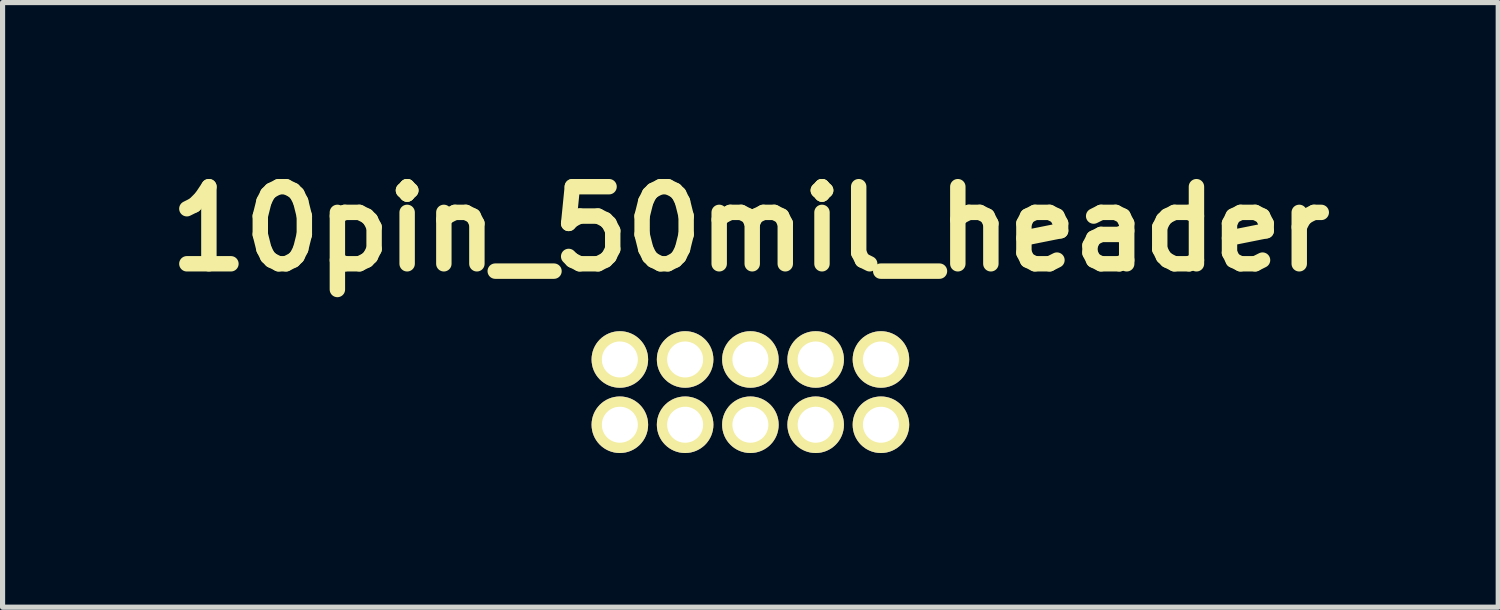
<source format=kicad_pcb>
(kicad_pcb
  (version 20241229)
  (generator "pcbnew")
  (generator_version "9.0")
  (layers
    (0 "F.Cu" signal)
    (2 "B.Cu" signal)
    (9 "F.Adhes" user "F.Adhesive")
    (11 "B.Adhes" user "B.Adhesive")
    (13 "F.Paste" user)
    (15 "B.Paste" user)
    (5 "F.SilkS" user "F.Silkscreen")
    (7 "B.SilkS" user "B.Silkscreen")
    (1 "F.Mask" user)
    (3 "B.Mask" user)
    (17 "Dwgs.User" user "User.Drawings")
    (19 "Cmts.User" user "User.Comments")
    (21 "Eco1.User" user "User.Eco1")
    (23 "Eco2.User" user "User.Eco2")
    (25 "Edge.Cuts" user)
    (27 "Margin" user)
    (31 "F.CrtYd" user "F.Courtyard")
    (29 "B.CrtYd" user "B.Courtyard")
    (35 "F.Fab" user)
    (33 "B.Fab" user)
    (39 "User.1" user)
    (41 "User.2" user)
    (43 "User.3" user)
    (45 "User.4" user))
  (footprint "10pin_50mil_header"
    (layer "F.Cu")
    (at 11.55 5.214)
    (property "Reference" "10pin_50mil_header" (at 0 -3.81 0) (layer "F.SilkS") (effects (font (size 1.5 1.5) (thickness 0.3))))
    (attr through_hole)
    (pad "1" thru_hole circle (at -2.54 0) (size 1.1 1.1) (drill 0.7) (layers "*.Cu" "*.Mask" "F.SilkS"))
    (pad "2" thru_hole circle (at -2.54 -1.27) (size 1.1 1.1) (drill 0.7) (layers "*.Cu" "*.Mask" "F.SilkS"))
    (pad "3" thru_hole circle (at -1.27 0) (size 1.1 1.1) (drill 0.7) (layers "*.Cu" "*.Mask" "F.SilkS"))
    (pad "4" thru_hole circle (at -1.27 -1.27) (size 1.1 1.1) (drill 0.7) (layers "*.Cu" "*.Mask" "F.SilkS"))
    (pad "5" thru_hole circle (at 0 0) (size 1.1 1.1) (drill 0.7) (layers "*.Cu" "*.Mask" "F.SilkS"))
    (pad "6" thru_hole circle (at 0 -1.27) (size 1.1 1.1) (drill 0.7) (layers "*.Cu" "*.Mask" "F.SilkS"))
    (pad "7" thru_hole circle (at 1.27 0) (size 1.1 1.1) (drill 0.7) (layers "*.Cu" "*.Mask" "F.SilkS"))
    (pad "8" thru_hole circle (at 1.27 -1.27) (size 1.1 1.1) (drill 0.7) (layers "*.Cu" "*.Mask" "F.SilkS"))
    (pad "9" thru_hole circle (at 2.54 0) (size 1.1 1.1) (drill 0.7) (layers "*.Cu" "*.Mask" "F.SilkS"))
    (pad "10" thru_hole circle (at 2.54 -1.27) (size 1.1 1.1) (drill 0.7) (layers "*.Cu" "*.Mask" "F.SilkS")))
  (gr_rect
    (start -3 -3)
    (end 26.1 8.764)
    (stroke (width 0.1) (type default))
    (fill no)
    (layer "Edge.Cuts")))
</source>
